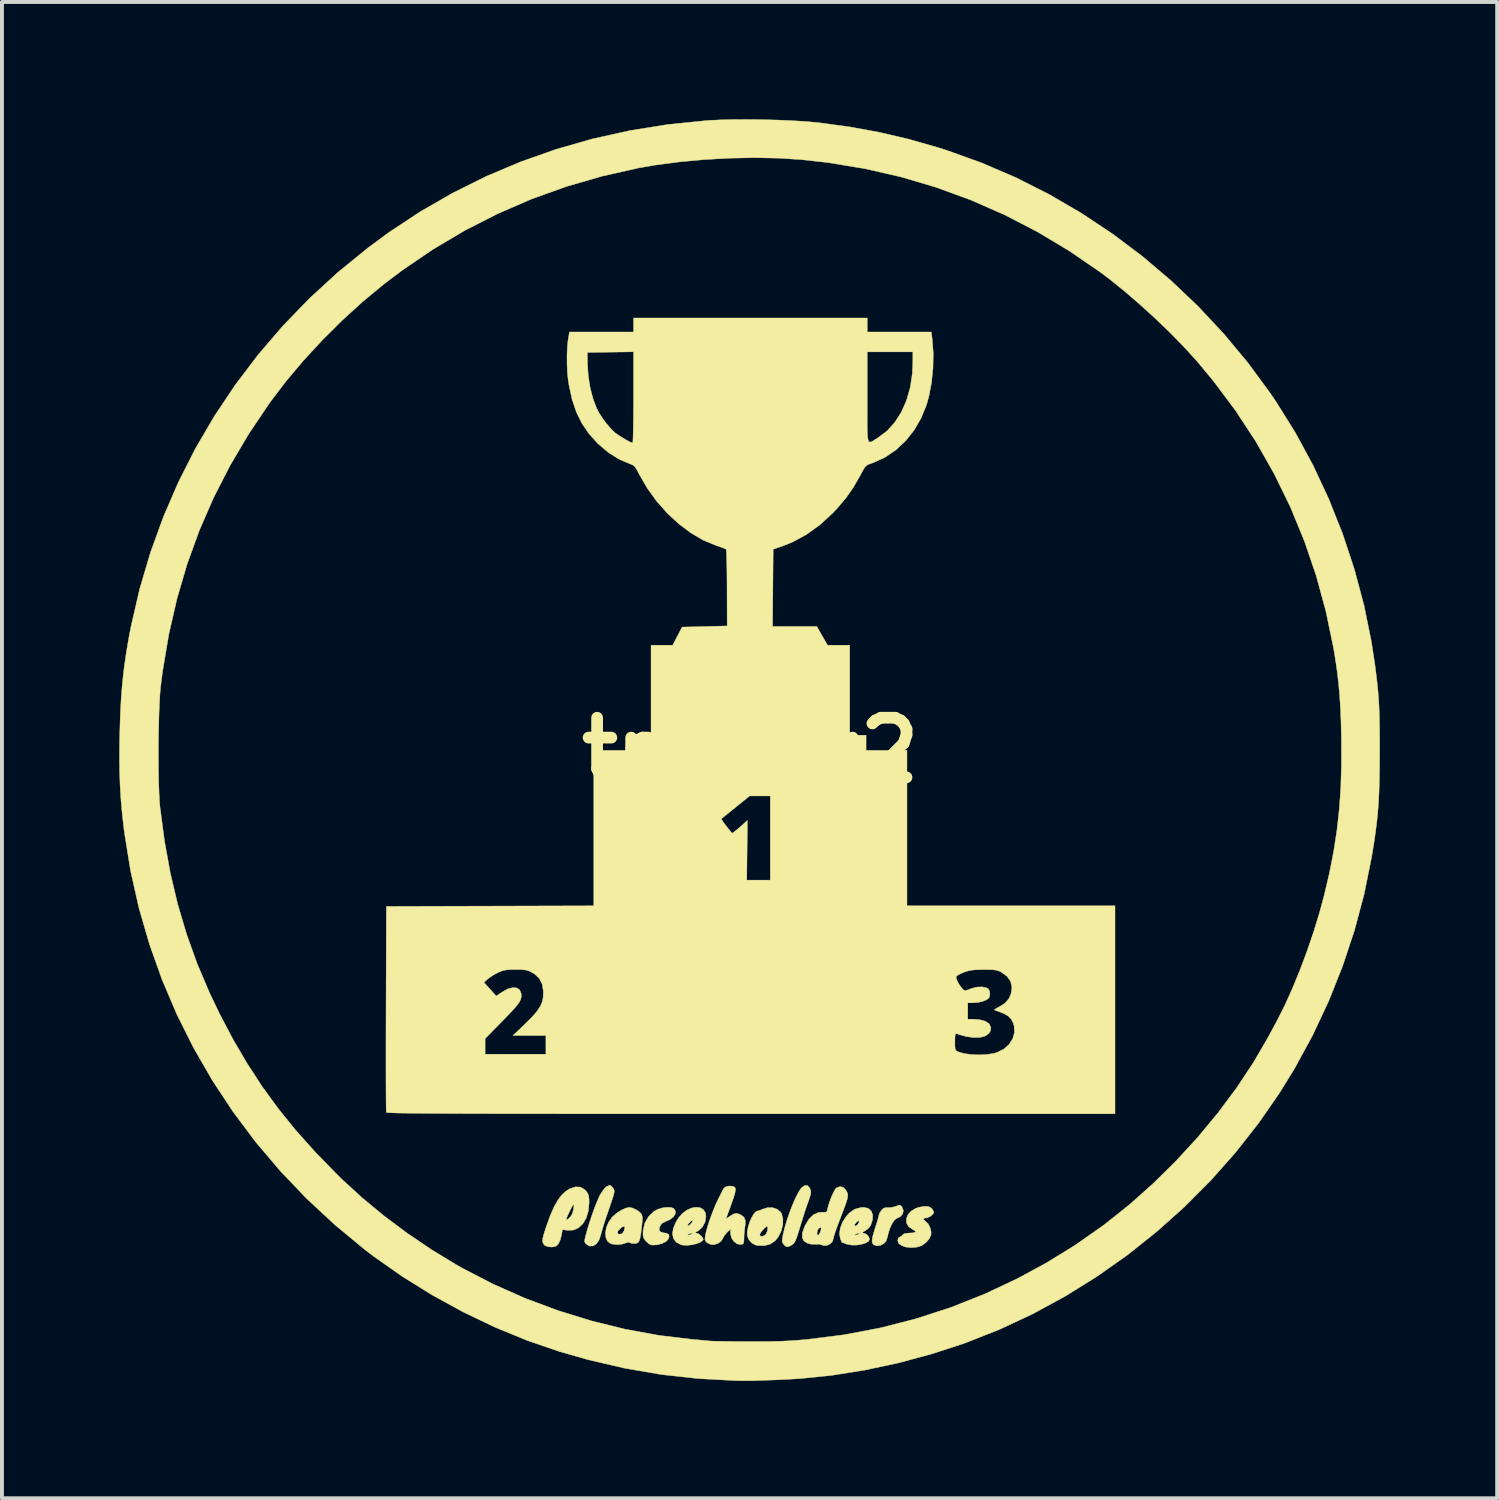
<source format=kicad_pcb>
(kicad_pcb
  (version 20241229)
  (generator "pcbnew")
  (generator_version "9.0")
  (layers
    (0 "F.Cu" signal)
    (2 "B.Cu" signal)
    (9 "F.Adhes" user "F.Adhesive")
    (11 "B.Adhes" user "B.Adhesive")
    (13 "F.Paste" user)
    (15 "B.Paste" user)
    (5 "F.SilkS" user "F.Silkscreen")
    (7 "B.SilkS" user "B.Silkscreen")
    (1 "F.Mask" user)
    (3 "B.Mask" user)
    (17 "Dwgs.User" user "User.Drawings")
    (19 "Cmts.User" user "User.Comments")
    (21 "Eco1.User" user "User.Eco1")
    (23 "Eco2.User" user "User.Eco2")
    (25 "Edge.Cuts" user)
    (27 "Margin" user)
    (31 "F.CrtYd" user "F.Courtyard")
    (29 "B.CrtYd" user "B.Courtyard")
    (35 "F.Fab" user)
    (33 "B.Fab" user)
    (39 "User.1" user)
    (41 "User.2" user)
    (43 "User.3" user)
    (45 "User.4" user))
  (footprint "trophy2"
    (layer "F.Cu")
    (at 16.137 16.137)
    (property "Reference" "trophy2" (at 0 0 0) (layer "F.SilkS") (effects (font (size 1.524 1.524) (thickness 0.3))))
    (attr through_hole)
    (fp_poly (pts (xy -3.567 11.129) (xy -3.524 11.176) (xy -3.501 11.207) (xy -3.486 11.236) (xy -3.481 11.272) (xy -3.487 11.323) (xy -3.507 11.399) (xy -3.542 11.508) (xy -3.593 11.658) (xy -3.643 11.804) (xy -3.699 11.968) (xy -3.75 12.127) (xy -3.791 12.263) (xy -3.819 12.364) (xy -3.825 12.39) (xy -3.871 12.523) (xy -3.939 12.618) (xy -4.021 12.671) (xy -4.109 12.675) (xy -4.181 12.637) (xy -4.222 12.599) (xy -4.239 12.561) (xy -4.234 12.503) (xy -4.216 12.422) (xy -4.172 12.262) (xy -4.116 12.079) (xy -4.052 11.887) (xy -3.985 11.701) (xy -3.921 11.537) (xy -3.865 11.409) (xy -3.846 11.371) (xy -3.78 11.266) (xy -3.712 11.183) (xy -3.667 11.147) (xy -3.606 11.119) (xy -3.567 11.129)) (stroke (width 0.01) (type solid)) (fill yes) (layer "F.SilkS"))
    (fp_poly (pts (xy -2.026 11.687) (xy -1.957 11.714) (xy -1.914 11.781) (xy -1.922 11.857) (xy -1.974 11.934) (xy -2.065 12.001) (xy -2.159 12.041) (xy -2.266 12.097) (xy -2.321 12.181) (xy -2.331 12.249) (xy -2.322 12.289) (xy -2.288 12.315) (xy -2.215 12.335) (xy -2.137 12.348) (xy -2.088 12.378) (xy -2.077 12.435) (xy -2.104 12.503) (xy -2.156 12.558) (xy -2.259 12.61) (xy -2.389 12.643) (xy -2.513 12.649) (xy -2.532 12.646) (xy -2.593 12.618) (xy -2.662 12.559) (xy -2.677 12.543) (xy -2.722 12.48) (xy -2.744 12.419) (xy -2.746 12.334) (xy -2.743 12.278) (xy -2.701 12.088) (xy -2.603 11.92) (xy -2.464 11.785) (xy -2.37 11.734) (xy -2.253 11.699) (xy -2.132 11.683) (xy -2.026 11.687)) (stroke (width 0.01) (type solid)) (fill yes) (layer "F.SilkS"))
    (fp_poly (pts (xy 1.463 11.128) (xy 1.517 11.191) (xy 1.526 11.211) (xy 1.544 11.264) (xy 1.546 11.317) (xy 1.531 11.387) (xy 1.497 11.49) (xy 1.481 11.532) (xy 1.441 11.648) (xy 1.389 11.802) (xy 1.334 11.976) (xy 1.28 12.15) (xy 1.272 12.176) (xy 1.221 12.342) (xy 1.182 12.461) (xy 1.149 12.542) (xy 1.118 12.594) (xy 1.085 12.628) (xy 1.059 12.646) (xy 0.978 12.689) (xy 0.924 12.693) (xy 0.875 12.658) (xy 0.854 12.634) (xy 0.823 12.592) (xy 0.812 12.546) (xy 0.817 12.478) (xy 0.834 12.388) (xy 0.878 12.203) (xy 0.938 12.003) (xy 1.007 11.801) (xy 1.083 11.607) (xy 1.159 11.434) (xy 1.233 11.293) (xy 1.298 11.194) (xy 1.316 11.175) (xy 1.394 11.123) (xy 1.463 11.128)) (stroke (width 0.01) (type solid)) (fill yes) (layer "F.SilkS"))
    (fp_poly (pts (xy 3.863 11.655) (xy 3.873 11.669) (xy 3.912 11.763) (xy 3.896 11.851) (xy 3.83 11.925) (xy 3.74 11.967) (xy 3.683 12.01) (xy 3.624 12.098) (xy 3.569 12.215) (xy 3.527 12.346) (xy 3.511 12.423) (xy 3.468 12.549) (xy 3.415 12.61) (xy 3.325 12.656) (xy 3.231 12.668) (xy 3.154 12.643) (xy 3.144 12.634) (xy 3.118 12.592) (xy 3.111 12.53) (xy 3.125 12.438) (xy 3.161 12.307) (xy 3.197 12.192) (xy 3.236 12.07) (xy 3.267 11.968) (xy 3.284 11.899) (xy 3.287 11.882) (xy 3.304 11.832) (xy 3.347 11.766) (xy 3.351 11.76) (xy 3.411 11.703) (xy 3.478 11.689) (xy 3.506 11.692) (xy 3.593 11.689) (xy 3.694 11.666) (xy 3.714 11.659) (xy 3.79 11.632) (xy 3.832 11.63) (xy 3.863 11.655)) (stroke (width 0.01) (type solid)) (fill yes) (layer "F.SilkS"))
    (fp_poly (pts (xy 0.571 11.693) (xy 0.687 11.733) (xy 0.774 11.806) (xy 0.793 11.835) (xy 0.831 11.969) (xy 0.829 12.125) (xy 0.789 12.286) (xy 0.716 12.436) (xy 0.643 12.529) (xy 0.512 12.623) (xy 0.353 12.666) (xy 0.173 12.657) (xy 0.134 12.649) (xy 0.041 12.6) (xy -0.037 12.514) (xy -0.075 12.428) (xy -0.078 12.384) (xy 0.239 12.384) (xy 0.259 12.423) (xy 0.307 12.428) (xy 0.365 12.401) (xy 0.405 12.358) (xy 0.437 12.28) (xy 0.443 12.216) (xy 0.434 12.176) (xy 0.417 12.17) (xy 0.378 12.201) (xy 0.336 12.242) (xy 0.277 12.309) (xy 0.243 12.368) (xy 0.239 12.384) (xy -0.078 12.384) (xy -0.081 12.326) (xy -0.062 12.204) (xy -0.024 12.076) (xy 0.027 11.955) (xy 0.085 11.856) (xy 0.145 11.791) (xy 0.191 11.774) (xy 0.245 11.761) (xy 0.318 11.729) (xy 0.442 11.691) (xy 0.571 11.693)) (stroke (width 0.01) (type solid)) (fill yes) (layer "F.SilkS"))
    (fp_poly (pts (xy -3.009 11.703) (xy -2.908 11.751) (xy -2.822 11.814) (xy -2.791 11.849) (xy -2.771 11.891) (xy -2.761 11.946) (xy -2.763 12.028) (xy -2.775 12.152) (xy -2.78 12.196) (xy -2.801 12.361) (xy -2.822 12.476) (xy -2.846 12.549) (xy -2.878 12.59) (xy -2.922 12.607) (xy -2.971 12.61) (xy -3.045 12.603) (xy -3.089 12.585) (xy -3.092 12.583) (xy -3.128 12.575) (xy -3.19 12.597) (xy -3.294 12.628) (xy -3.422 12.637) (xy -3.542 12.621) (xy -3.576 12.61) (xy -3.654 12.55) (xy -3.697 12.453) (xy -3.706 12.332) (xy -3.706 12.33) (xy -3.402 12.33) (xy -3.379 12.364) (xy -3.337 12.371) (xy -3.277 12.355) (xy -3.238 12.297) (xy -3.23 12.277) (xy -3.21 12.197) (xy -3.222 12.167) (xy -3.271 12.185) (xy -3.31 12.212) (xy -3.378 12.277) (xy -3.402 12.33) (xy -3.706 12.33) (xy -3.681 12.198) (xy -3.625 12.063) (xy -3.537 11.938) (xy -3.518 11.919) (xy -3.413 11.828) (xy -3.294 11.752) (xy -3.178 11.701) (xy -3.097 11.685) (xy -3.009 11.703)) (stroke (width 0.01) (type solid)) (fill yes) (layer "F.SilkS"))
    (fp_poly (pts (xy 4.569 11.666) (xy 4.642 11.717) (xy 4.645 11.721) (xy 4.68 11.778) (xy 4.692 11.81) (xy 4.667 11.859) (xy 4.608 11.91) (xy 4.537 11.946) (xy 4.497 11.953) (xy 4.436 11.966) (xy 4.428 11.999) (xy 4.477 12.04) (xy 4.478 12.041) (xy 4.544 12.103) (xy 4.594 12.201) (xy 4.621 12.31) (xy 4.619 12.384) (xy 4.576 12.483) (xy 4.493 12.581) (xy 4.387 12.658) (xy 4.378 12.664) (xy 4.256 12.702) (xy 4.111 12.714) (xy 3.972 12.699) (xy 3.933 12.687) (xy 3.853 12.651) (xy 3.799 12.614) (xy 3.791 12.605) (xy 3.766 12.531) (xy 3.783 12.468) (xy 3.823 12.44) (xy 3.879 12.408) (xy 3.897 12.383) (xy 3.939 12.354) (xy 4.036 12.342) (xy 4.061 12.341) (xy 4.169 12.335) (xy 4.218 12.317) (xy 4.21 12.287) (xy 4.143 12.245) (xy 4.137 12.242) (xy 4.039 12.17) (xy 3.991 12.078) (xy 3.988 11.976) (xy 4.028 11.874) (xy 4.108 11.782) (xy 4.225 11.71) (xy 4.297 11.685) (xy 4.454 11.656) (xy 4.569 11.666)) (stroke (width 0.01) (type solid)) (fill yes) (layer "F.SilkS"))
    (fp_poly (pts (xy -4.348 11.166) (xy -4.24 11.228) (xy -4.2 11.269) (xy -4.158 11.329) (xy -4.134 11.393) (xy -4.125 11.483) (xy -4.124 11.561) (xy -4.143 11.775) (xy -4.197 11.957) (xy -4.283 12.103) (xy -4.396 12.208) (xy -4.53 12.266) (xy -4.679 12.271) (xy -4.806 12.254) (xy -4.827 12.38) (xy -4.862 12.517) (xy -4.911 12.621) (xy -4.97 12.678) (xy -4.977 12.681) (xy -5.075 12.7) (xy -5.177 12.691) (xy -5.256 12.657) (xy -5.27 12.645) (xy -5.299 12.604) (xy -5.313 12.557) (xy -5.311 12.492) (xy -5.29 12.399) (xy -5.249 12.267) (xy -5.217 12.169) (xy -5.149 11.981) (xy -4.707 11.981) (xy -4.705 12.002) (xy -4.672 11.988) (xy -4.66 11.982) (xy -4.606 11.932) (xy -4.558 11.855) (xy -4.555 11.847) (xy -4.526 11.753) (xy -4.514 11.666) (xy -4.514 11.663) (xy -4.516 11.615) (xy -4.527 11.61) (xy -4.553 11.652) (xy -4.578 11.699) (xy -4.628 11.799) (xy -4.674 11.898) (xy -4.682 11.917) (xy -4.707 11.981) (xy -5.149 11.981) (xy -5.116 11.891) (xy -5.018 11.668) (xy -4.918 11.492) (xy -4.814 11.357) (xy -4.701 11.259) (xy -4.619 11.21) (xy -4.474 11.16) (xy -4.348 11.166)) (stroke (width 0.01) (type solid)) (fill yes) (layer "F.SilkS"))
    (fp_poly (pts (xy -1.283 11.694) (xy -1.2 11.743) (xy -1.148 11.827) (xy -1.136 11.916) (xy -1.16 12.062) (xy -1.227 12.189) (xy -1.327 12.28) (xy -1.345 12.289) (xy -1.405 12.323) (xy -1.412 12.338) (xy -1.387 12.341) (xy -1.328 12.36) (xy -1.267 12.406) (xy -1.221 12.461) (xy -1.205 12.509) (xy -1.209 12.519) (xy -1.27 12.571) (xy -1.372 12.613) (xy -1.497 12.643) (xy -1.626 12.656) (xy -1.742 12.648) (xy -1.774 12.64) (xy -1.894 12.578) (xy -1.968 12.483) (xy -1.986 12.394) (xy -1.607 12.394) (xy -1.586 12.397) (xy -1.53 12.38) (xy -1.509 12.371) (xy -1.475 12.351) (xy -1.494 12.344) (xy -1.558 12.358) (xy -1.584 12.371) (xy -1.607 12.394) (xy -1.986 12.394) (xy -1.993 12.36) (xy -1.969 12.214) (xy -1.941 12.15) (xy -1.608 12.15) (xy -1.599 12.161) (xy -1.586 12.158) (xy -1.539 12.124) (xy -1.497 12.074) (xy -1.47 12.025) (xy -1.479 12.014) (xy -1.492 12.017) (xy -1.539 12.051) (xy -1.581 12.101) (xy -1.608 12.15) (xy -1.941 12.15) (xy -1.897 12.049) (xy -1.845 11.964) (xy -1.743 11.844) (xy -1.627 11.756) (xy -1.505 11.701) (xy -1.388 11.68) (xy -1.283 11.694)) (stroke (width 0.01) (type solid)) (fill yes) (layer "F.SilkS"))
    (fp_poly (pts (xy -0.456 11.144) (xy -0.448 11.146) (xy -0.408 11.163) (xy -0.385 11.194) (xy -0.382 11.247) (xy -0.398 11.331) (xy -0.435 11.452) (xy -0.495 11.62) (xy -0.503 11.645) (xy -0.625 11.979) (xy -0.518 11.906) (xy -0.428 11.853) (xy -0.358 11.837) (xy -0.284 11.857) (xy -0.24 11.878) (xy -0.164 11.936) (xy -0.129 12.018) (xy -0.132 12.136) (xy -0.138 12.171) (xy -0.152 12.278) (xy -0.161 12.404) (xy -0.163 12.461) (xy -0.166 12.555) (xy -0.177 12.606) (xy -0.204 12.627) (xy -0.247 12.635) (xy -0.339 12.618) (xy -0.422 12.556) (xy -0.483 12.465) (xy -0.508 12.358) (xy -0.508 12.353) (xy -0.508 12.241) (xy -0.599 12.328) (xy -0.661 12.4) (xy -0.702 12.47) (xy -0.707 12.484) (xy -0.75 12.551) (xy -0.832 12.607) (xy -0.93 12.638) (xy -0.963 12.64) (xy -1.04 12.623) (xy -1.102 12.591) (xy -1.147 12.55) (xy -1.162 12.498) (xy -1.155 12.419) (xy -1.131 12.304) (xy -1.088 12.152) (xy -1.03 11.978) (xy -0.963 11.797) (xy -0.894 11.627) (xy -0.827 11.482) (xy -0.82 11.468) (xy -0.765 11.361) (xy -0.72 11.271) (xy -0.692 11.214) (xy -0.688 11.207) (xy -0.638 11.162) (xy -0.553 11.139) (xy -0.456 11.144)) (stroke (width 0.01) (type solid)) (fill yes) (layer "F.SilkS"))
    (fp_poly (pts (xy 2.381 11.176) (xy 2.449 11.252) (xy 2.465 11.284) (xy 2.48 11.322) (xy 2.489 11.358) (xy 2.49 11.399) (xy 2.481 11.454) (xy 2.46 11.529) (xy 2.425 11.632) (xy 2.373 11.77) (xy 2.304 11.952) (xy 2.244 12.108) (xy 2.195 12.241) (xy 2.155 12.357) (xy 2.129 12.443) (xy 2.122 12.483) (xy 2.095 12.564) (xy 2.029 12.627) (xy 1.942 12.662) (xy 1.855 12.657) (xy 1.823 12.642) (xy 1.764 12.626) (xy 1.681 12.628) (xy 1.672 12.629) (xy 1.548 12.626) (xy 1.457 12.601) (xy 1.368 12.543) (xy 1.326 12.461) (xy 1.328 12.349) (xy 1.334 12.33) (xy 1.704 12.33) (xy 1.708 12.382) (xy 1.73 12.401) (xy 1.757 12.376) (xy 1.787 12.315) (xy 1.79 12.307) (xy 1.811 12.226) (xy 1.799 12.196) (xy 1.757 12.215) (xy 1.749 12.221) (xy 1.718 12.268) (xy 1.704 12.33) (xy 1.334 12.33) (xy 1.375 12.203) (xy 1.399 12.15) (xy 1.498 11.984) (xy 1.614 11.871) (xy 1.744 11.814) (xy 1.843 11.808) (xy 1.919 11.81) (xy 1.955 11.791) (xy 1.966 11.759) (xy 1.99 11.652) (xy 2.03 11.528) (xy 2.078 11.403) (xy 2.129 11.293) (xy 2.175 11.214) (xy 2.203 11.184) (xy 2.296 11.152) (xy 2.381 11.176)) (stroke (width 0.01) (type solid)) (fill yes) (layer "F.SilkS"))
    (fp_poly (pts (xy 3.01 11.708) (xy 3.088 11.774) (xy 3.127 11.874) (xy 3.124 11.999) (xy 3.077 12.141) (xy 3.074 12.148) (xy 3.02 12.218) (xy 2.941 12.279) (xy 2.929 12.286) (xy 2.869 12.321) (xy 2.861 12.338) (xy 2.887 12.341) (xy 2.962 12.367) (xy 3.023 12.429) (xy 3.048 12.502) (xy 3.021 12.553) (xy 2.948 12.596) (xy 2.844 12.629) (xy 2.724 12.648) (xy 2.6 12.65) (xy 2.489 12.632) (xy 2.465 12.625) (xy 2.391 12.598) (xy 2.347 12.583) (xy 2.342 12.581) (xy 2.329 12.556) (xy 2.304 12.497) (xy 2.301 12.49) (xy 2.283 12.394) (xy 2.666 12.394) (xy 2.688 12.397) (xy 2.743 12.38) (xy 2.764 12.371) (xy 2.798 12.351) (xy 2.779 12.344) (xy 2.715 12.358) (xy 2.689 12.371) (xy 2.666 12.394) (xy 2.283 12.394) (xy 2.278 12.363) (xy 2.298 12.215) (xy 2.323 12.152) (xy 2.661 12.152) (xy 2.683 12.162) (xy 2.723 12.143) (xy 2.743 12.126) (xy 2.775 12.07) (xy 2.779 12.047) (xy 2.77 12.023) (xy 2.737 12.042) (xy 2.719 12.058) (xy 2.671 12.113) (xy 2.661 12.152) (xy 2.323 12.152) (xy 2.358 12.06) (xy 2.452 11.913) (xy 2.53 11.828) (xy 2.668 11.731) (xy 2.827 11.688) (xy 2.898 11.684) (xy 3.01 11.708)) (stroke (width 0.01) (type solid)) (fill yes) (layer "F.SilkS"))
    (fp_poly (pts (xy 0.31 -16.128) (xy 0.685 -16.118) (xy 1.047 -16.103) (xy 1.382 -16.083) (xy 1.675 -16.058) (xy 1.748 -16.05) (xy 2.538 -15.943) (xy 3.294 -15.805) (xy 4.038 -15.631) (xy 4.79 -15.417) (xy 5.035 -15.339) (xy 5.923 -15.019) (xy 6.792 -14.645) (xy 7.639 -14.217) (xy 8.461 -13.738) (xy 9.256 -13.21) (xy 10.021 -12.635) (xy 10.753 -12.015) (xy 11.449 -11.353) (xy 12.106 -10.65) (xy 12.722 -9.91) (xy 13.294 -9.132) (xy 13.438 -8.92) (xy 13.937 -8.12) (xy 14.389 -7.286) (xy 14.792 -6.423) (xy 15.144 -5.535) (xy 15.444 -4.629) (xy 15.69 -3.708) (xy 15.879 -2.779) (xy 15.97 -2.181) (xy 16.001 -1.938) (xy 16.026 -1.724) (xy 16.046 -1.527) (xy 16.062 -1.338) (xy 16.073 -1.146) (xy 16.081 -0.941) (xy 16.086 -0.714) (xy 16.089 -0.452) (xy 16.09 -0.147) (xy 16.09 0.045) (xy 16.088 0.428) (xy 16.083 0.763) (xy 16.074 1.06) (xy 16.061 1.331) (xy 16.042 1.587) (xy 16.016 1.838) (xy 15.983 2.096) (xy 15.943 2.373) (xy 15.893 2.678) (xy 15.885 2.726) (xy 15.695 3.668) (xy 15.447 4.599) (xy 15.143 5.516) (xy 14.785 6.415) (xy 14.374 7.29) (xy 13.913 8.137) (xy 13.525 8.766) (xy 12.985 9.544) (xy 12.397 10.291) (xy 11.765 11.003) (xy 11.091 11.679) (xy 10.38 12.314) (xy 9.634 12.908) (xy 8.856 13.456) (xy 8.05 13.957) (xy 7.22 14.409) (xy 6.368 14.807) (xy 5.498 15.151) (xy 5.439 15.172) (xy 4.609 15.441) (xy 3.766 15.667) (xy 2.919 15.847) (xy 2.077 15.981) (xy 1.25 16.065) (xy 0.736 16.093) (xy 0.56 16.099) (xy 0.389 16.105) (xy 0.24 16.11) (xy 0.129 16.114) (xy 0.105 16.115) (xy -0.01 16.118) (xy -0.158 16.118) (xy -0.312 16.116) (xy -0.359 16.115) (xy -1.323 16.064) (xy -2.27 15.96) (xy -3.208 15.799) (xy -4.143 15.582) (xy -4.88 15.372) (xy -5.708 15.088) (xy -6.533 14.749) (xy -7.347 14.359) (xy -8.142 13.923) (xy -8.909 13.446) (xy -9.641 12.931) (xy -9.861 12.763) (xy -10.626 12.13) (xy -11.347 11.46) (xy -12.021 10.754) (xy -12.649 10.013) (xy -13.228 9.24) (xy -13.758 8.437) (xy -14.238 7.605) (xy -14.667 6.746) (xy -15.043 5.862) (xy -15.366 4.956) (xy -15.635 4.028) (xy -15.848 3.081) (xy -16.004 2.116) (xy -16.015 2.032) (xy -16.06 1.646) (xy -16.093 1.278) (xy -16.116 0.912) (xy -16.129 0.533) (xy -16.132 0.126) (xy -16.131 -0.054) (xy -15.137 -0.054) (xy -15.137 0.263) (xy -15.134 0.568) (xy -15.128 0.852) (xy -15.119 1.105) (xy -15.108 1.316) (xy -15.096 1.449) (xy -14.981 2.317) (xy -14.831 3.143) (xy -14.643 3.935) (xy -14.415 4.703) (xy -14.145 5.455) (xy -13.829 6.199) (xy -13.58 6.72) (xy -13.232 7.383) (xy -12.868 8.005) (xy -12.483 8.596) (xy -12.069 9.164) (xy -11.62 9.719) (xy -11.128 10.269) (xy -10.587 10.825) (xy -10.45 10.961) (xy -9.934 11.434) (xy -9.372 11.899) (xy -8.774 12.346) (xy -8.154 12.766) (xy -7.524 13.149) (xy -7.369 13.237) (xy -6.582 13.645) (xy -5.765 14.007) (xy -4.925 14.321) (xy -4.069 14.586) (xy -3.204 14.799) (xy -2.337 14.958) (xy -1.494 15.059) (xy -1.342 15.072) (xy -1.204 15.085) (xy -1.096 15.095) (xy -1.031 15.101) (xy -1.031 15.101) (xy -0.979 15.104) (xy -0.875 15.107) (xy -0.729 15.11) (xy -0.548 15.112) (xy -0.34 15.114) (xy -0.115 15.116) (xy -0.058 15.116) (xy 0.269 15.116) (xy 0.551 15.113) (xy 0.802 15.106) (xy 1.037 15.094) (xy 1.271 15.077) (xy 1.451 15.061) (xy 2.392 14.943) (xy 3.319 14.767) (xy 4.229 14.534) (xy 5.12 14.245) (xy 5.99 13.9) (xy 6.835 13.502) (xy 7.587 13.093) (xy 8.3 12.653) (xy 8.99 12.17) (xy 9.069 12.111) (xy 9.692 11.615) (xy 10.297 11.076) (xy 10.88 10.501) (xy 11.435 9.897) (xy 11.954 9.271) (xy 12.432 8.63) (xy 12.862 7.981) (xy 13.229 7.351) (xy 13.304 7.212) (xy 13.386 7.06) (xy 13.458 6.927) (xy 13.46 6.924) (xy 13.656 6.536) (xy 13.853 6.102) (xy 14.046 5.633) (xy 14.23 5.144) (xy 14.4 4.646) (xy 14.551 4.152) (xy 14.671 3.708) (xy 14.806 3.134) (xy 14.914 2.584) (xy 14.997 2.046) (xy 15.057 1.506) (xy 15.096 0.951) (xy 15.113 0.367) (xy 15.112 -0.26) (xy 15.111 -0.318) (xy 15.102 -0.728) (xy 15.087 -1.091) (xy 15.066 -1.422) (xy 15.037 -1.736) (xy 15 -2.045) (xy 14.953 -2.364) (xy 14.911 -2.615) (xy 14.717 -3.55) (xy 14.468 -4.465) (xy 14.163 -5.359) (xy 13.804 -6.23) (xy 13.391 -7.076) (xy 12.925 -7.896) (xy 12.407 -8.686) (xy 11.838 -9.447) (xy 11.419 -9.951) (xy 11.102 -10.3) (xy 10.747 -10.664) (xy 10.366 -11.032) (xy 9.972 -11.391) (xy 9.577 -11.732) (xy 9.195 -12.041) (xy 8.95 -12.226) (xy 8.158 -12.769) (xy 7.341 -13.258) (xy 6.501 -13.693) (xy 5.637 -14.072) (xy 4.753 -14.396) (xy 3.847 -14.664) (xy 2.922 -14.875) (xy 1.978 -15.031) (xy 1.307 -15.105) (xy 0.723 -15.143) (xy 0.101 -15.155) (xy -0.542 -15.142) (xy -1.19 -15.106) (xy -1.828 -15.046) (xy -2.438 -14.965) (xy -2.854 -14.893) (xy -3.792 -14.682) (xy -4.706 -14.417) (xy -5.595 -14.098) (xy -6.459 -13.724) (xy -7.298 -13.296) (xy -8.112 -12.814) (xy -8.901 -12.277) (xy -9.383 -11.913) (xy -9.912 -11.474) (xy -10.437 -10.997) (xy -10.946 -10.49) (xy -11.429 -9.966) (xy -11.877 -9.435) (xy -12.278 -8.908) (xy -12.301 -8.875) (xy -12.833 -8.083) (xy -13.307 -7.279) (xy -13.726 -6.461) (xy -14.09 -5.625) (xy -14.401 -4.767) (xy -14.66 -3.885) (xy -14.869 -2.975) (xy -15.028 -2.034) (xy -15.08 -1.629) (xy -15.096 -1.455) (xy -15.109 -1.233) (xy -15.12 -0.972) (xy -15.128 -0.681) (xy -15.134 -0.372) (xy -15.137 -0.054) (xy -16.131 -0.054) (xy -16.128 -0.323) (xy -16.127 -0.359) (xy -16.113 -0.85) (xy -16.091 -1.297) (xy -16.058 -1.716) (xy -16.013 -2.12) (xy -15.954 -2.524) (xy -15.881 -2.945) (xy -15.837 -3.17) (xy -15.616 -4.126) (xy -15.34 -5.06) (xy -15.009 -5.972) (xy -14.626 -6.858) (xy -14.191 -7.717) (xy -13.704 -8.549) (xy -13.168 -9.35) (xy -12.584 -10.12) (xy -11.952 -10.856) (xy -11.274 -11.557) (xy -10.551 -12.221) (xy -9.783 -12.846) (xy -9.249 -13.241) (xy -8.448 -13.771) (xy -7.617 -14.249) (xy -6.76 -14.676) (xy -5.876 -15.049) (xy -4.968 -15.37) (xy -4.038 -15.636) (xy -3.088 -15.847) (xy -2.119 -16.003) (xy -1.133 -16.103) (xy -1.046 -16.109) (xy -0.757 -16.123) (xy -0.425 -16.131) (xy -0.065 -16.132) (xy 0.31 -16.128)) (stroke (width 0.01) (type solid)) (fill yes) (layer "F.SilkS"))
    (fp_poly (pts (xy 2.988 -10.698) (xy 4.627 -10.698) (xy 4.652 -10.496) (xy 4.676 -10.147) (xy 4.669 -9.779) (xy 4.632 -9.41) (xy 4.566 -9.061) (xy 4.507 -8.845) (xy 4.369 -8.503) (xy 4.189 -8.192) (xy 3.971 -7.916) (xy 3.72 -7.681) (xy 3.44 -7.492) (xy 3.138 -7.354) (xy 3.093 -7.339) (xy 3.023 -7.314) (xy 2.971 -7.285) (xy 2.928 -7.241) (xy 2.882 -7.169) (xy 2.823 -7.058) (xy 2.809 -7.032) (xy 2.638 -6.733) (xy 2.447 -6.459) (xy 2.221 -6.191) (xy 2.111 -6.074) (xy 1.784 -5.772) (xy 1.437 -5.521) (xy 1.072 -5.324) (xy 0.802 -5.217) (xy 0.583 -5.143) (xy 0.575 -4.155) (xy 0.567 -3.168) (xy 1.698 -3.168) (xy 1.836 -2.928) (xy 1.974 -2.689) (xy 2.54 -2.689) (xy 2.54 -0.388) (xy 2.958 -0.388) (xy 2.958 0) (xy 4.004 0) (xy 4.004 3.974) (xy 9.323 3.974) (xy 9.323 9.293) (xy 0.014 9.293) (xy -0.901 9.293) (xy -1.759 9.293) (xy -2.559 9.293) (xy -3.305 9.293) (xy -3.998 9.292) (xy -4.64 9.292) (xy -5.232 9.291) (xy -5.776 9.29) (xy -6.273 9.289) (xy -6.726 9.288) (xy -7.136 9.287) (xy -7.504 9.286) (xy -7.833 9.284) (xy -8.123 9.282) (xy -8.378 9.28) (xy -8.597 9.278) (xy -8.784 9.276) (xy -8.94 9.274) (xy -9.065 9.271) (xy -9.163 9.268) (xy -9.235 9.265) (xy -9.282 9.262) (xy -9.306 9.258) (xy -9.31 9.256) (xy -9.312 9.221) (xy -9.313 9.131) (xy -9.315 8.99) (xy -9.316 8.802) (xy -9.317 8.571) (xy -9.318 8.303) (xy -9.318 8.001) (xy -9.318 7.67) (xy -9.318 7.314) (xy -9.317 6.938) (xy -9.316 6.604) (xy -9.314 5.932) (xy -6.813 5.932) (xy -6.656 6.106) (xy -6.499 6.281) (xy -6.339 6.174) (xy -6.198 6.097) (xy -6.072 6.064) (xy -5.97 6.075) (xy -5.897 6.128) (xy -5.86 6.221) (xy -5.857 6.265) (xy -5.861 6.321) (xy -5.877 6.376) (xy -5.909 6.438) (xy -5.963 6.513) (xy -6.043 6.607) (xy -6.154 6.727) (xy -6.3 6.879) (xy -6.385 6.965) (xy -6.783 7.371) (xy -6.783 7.769) (xy -5.229 7.769) (xy -5.229 7.449) (xy 5.229 7.449) (xy 5.23 7.563) (xy 5.237 7.633) (xy 5.254 7.672) (xy 5.286 7.695) (xy 5.318 7.709) (xy 5.468 7.752) (xy 5.656 7.778) (xy 5.86 7.785) (xy 6.061 7.774) (xy 6.238 7.744) (xy 6.308 7.723) (xy 6.481 7.637) (xy 6.615 7.517) (xy 6.707 7.373) (xy 6.752 7.214) (xy 6.744 7.048) (xy 6.722 6.972) (xy 6.671 6.875) (xy 6.595 6.796) (xy 6.483 6.73) (xy 6.326 6.669) (xy 6.247 6.644) (xy 6.246 6.626) (xy 6.293 6.593) (xy 6.354 6.562) (xy 6.507 6.467) (xy 6.612 6.345) (xy 6.668 6.214) (xy 6.688 6.053) (xy 6.652 5.905) (xy 6.562 5.777) (xy 6.419 5.672) (xy 6.414 5.669) (xy 6.35 5.639) (xy 6.283 5.62) (xy 6.198 5.609) (xy 6.079 5.605) (xy 5.962 5.605) (xy 5.797 5.608) (xy 5.673 5.618) (xy 5.574 5.636) (xy 5.481 5.666) (xy 5.464 5.673) (xy 5.368 5.714) (xy 5.295 5.753) (xy 5.264 5.776) (xy 5.262 5.821) (xy 5.288 5.893) (xy 5.334 5.978) (xy 5.39 6.059) (xy 5.445 6.12) (xy 5.489 6.146) (xy 5.497 6.145) (xy 5.552 6.126) (xy 5.637 6.095) (xy 5.678 6.08) (xy 5.806 6.05) (xy 5.935 6.048) (xy 6.041 6.073) (xy 6.082 6.097) (xy 6.115 6.156) (xy 6.125 6.24) (xy 6.107 6.317) (xy 6.102 6.326) (xy 6.045 6.374) (xy 5.947 6.415) (xy 5.827 6.444) (xy 5.708 6.455) (xy 5.558 6.455) (xy 5.558 6.873) (xy 5.7 6.873) (xy 5.866 6.886) (xy 6.001 6.923) (xy 6.092 6.979) (xy 6.11 7) (xy 6.151 7.089) (xy 6.138 7.174) (xy 6.089 7.246) (xy 6 7.307) (xy 5.869 7.339) (xy 5.708 7.342) (xy 5.526 7.318) (xy 5.335 7.265) (xy 5.282 7.246) (xy 5.255 7.241) (xy 5.239 7.26) (xy 5.232 7.315) (xy 5.229 7.415) (xy 5.229 7.449) (xy -5.229 7.449) (xy -5.229 7.291) (xy -6.071 7.291) (xy -5.761 6.995) (xy -5.591 6.826) (xy -5.464 6.681) (xy -5.376 6.551) (xy -5.322 6.428) (xy -5.296 6.303) (xy -5.294 6.164) (xy -5.294 6.155) (xy -5.325 5.974) (xy -5.397 5.832) (xy -5.518 5.718) (xy -5.597 5.67) (xy -5.67 5.637) (xy -5.747 5.616) (xy -5.847 5.606) (xy -5.987 5.603) (xy -6.006 5.603) (xy -6.151 5.605) (xy -6.255 5.615) (xy -6.34 5.634) (xy -6.425 5.668) (xy -6.455 5.682) (xy -6.564 5.741) (xy -6.667 5.808) (xy -6.716 5.846) (xy -6.813 5.932) (xy -9.314 5.932) (xy -9.308 3.989) (xy -4.004 3.974) (xy -4.004 1.75) (xy -0.743 1.75) (xy -0.731 1.776) (xy -0.69 1.837) (xy -0.627 1.92) (xy -0.612 1.94) (xy -0.47 2.12) (xy -0.392 2.064) (xy -0.323 2.009) (xy -0.237 1.936) (xy -0.198 1.9) (xy -0.133 1.84) (xy -0.089 1.801) (xy -0.078 1.793) (xy -0.078 1.821) (xy -0.078 1.902) (xy -0.078 2.026) (xy -0.08 2.186) (xy -0.082 2.375) (xy -0.084 2.555) (xy -0.093 3.317) (xy 0.508 3.317) (xy 0.508 1.165) (xy -0.02 1.165) (xy -0.376 1.453) (xy -0.5 1.552) (xy -0.606 1.639) (xy -0.687 1.704) (xy -0.734 1.743) (xy -0.743 1.75) (xy -4.004 1.75) (xy -4.004 0) (xy -2.958 0) (xy -2.958 -0.388) (xy -2.54 -0.388) (xy -2.54 -2.689) (xy -1.987 -2.69) (xy -1.746 -3.153) (xy -1.17 -3.168) (xy -0.594 -3.182) (xy -0.597 -4.153) (xy -0.598 -4.388) (xy -0.6 -4.604) (xy -0.604 -4.793) (xy -0.608 -4.948) (xy -0.612 -5.063) (xy -0.618 -5.129) (xy -0.621 -5.143) (xy -0.657 -5.16) (xy -0.737 -5.191) (xy -0.843 -5.228) (xy -0.887 -5.243) (xy -1.206 -5.375) (xy -1.523 -5.561) (xy -1.831 -5.793) (xy -2.124 -6.064) (xy -2.395 -6.369) (xy -2.635 -6.701) (xy -2.839 -7.053) (xy -2.849 -7.072) (xy -2.908 -7.183) (xy -2.955 -7.253) (xy -3.003 -7.294) (xy -3.062 -7.32) (xy -3.069 -7.322) (xy -3.355 -7.443) (xy -3.634 -7.618) (xy -3.896 -7.841) (xy -3.913 -7.858) (xy -4.132 -8.103) (xy -4.31 -8.365) (xy -4.451 -8.652) (xy -4.559 -8.972) (xy -4.638 -9.336) (xy -4.661 -9.488) (xy -4.679 -9.668) (xy -4.688 -9.877) (xy -4.689 -10.094) (xy -4.686 -10.175) (xy -4.169 -10.175) (xy -4.165 -9.889) (xy -4.146 -9.582) (xy -4.099 -9.281) (xy -4.027 -9) (xy -3.934 -8.754) (xy -3.876 -8.64) (xy -3.787 -8.501) (xy -3.681 -8.358) (xy -3.571 -8.23) (xy -3.473 -8.132) (xy -3.449 -8.113) (xy -3.37 -8.058) (xy -3.272 -7.996) (xy -3.172 -7.937) (xy -3.084 -7.89) (xy -3.024 -7.863) (xy -3.011 -7.86) (xy -3.006 -7.888) (xy -3.001 -7.97) (xy -2.997 -8.099) (xy -2.994 -8.269) (xy -2.991 -8.473) (xy -2.991 -8.473) (xy 2.987 -8.473) (xy 2.988 -8.277) (xy 2.991 -8.126) (xy 2.998 -8.016) (xy 3.01 -7.942) (xy 3.028 -7.899) (xy 3.053 -7.883) (xy 3.087 -7.888) (xy 3.13 -7.91) (xy 3.184 -7.945) (xy 3.251 -7.986) (xy 3.253 -7.988) (xy 3.486 -8.161) (xy 3.689 -8.383) (xy 3.858 -8.646) (xy 3.991 -8.945) (xy 4.086 -9.277) (xy 4.141 -9.634) (xy 4.153 -9.913) (xy 4.154 -10.19) (xy 2.988 -10.19) (xy 2.988 -9.021) (xy 2.988 -8.72) (xy 2.987 -8.473) (xy -2.991 -8.473) (xy -2.989 -8.704) (xy -2.988 -8.957) (xy -2.988 -9.025) (xy -2.988 -10.191) (xy -3.578 -10.183) (xy -4.169 -10.175) (xy -4.686 -10.175) (xy -4.681 -10.298) (xy -4.665 -10.469) (xy -4.659 -10.509) (xy -4.626 -10.698) (xy -2.988 -10.698) (xy -2.988 -11.056) (xy 2.988 -11.056) (xy 2.988 -10.698)) (stroke (width 0.01) (type solid)) (fill yes) (layer "F.SilkS")))
  (gr_rect
    (start -3 -3)
    (end 35.232 35.26)
    (stroke (width 0.1) (type default))
    (fill no)
    (layer "Edge.Cuts")))
</source>
